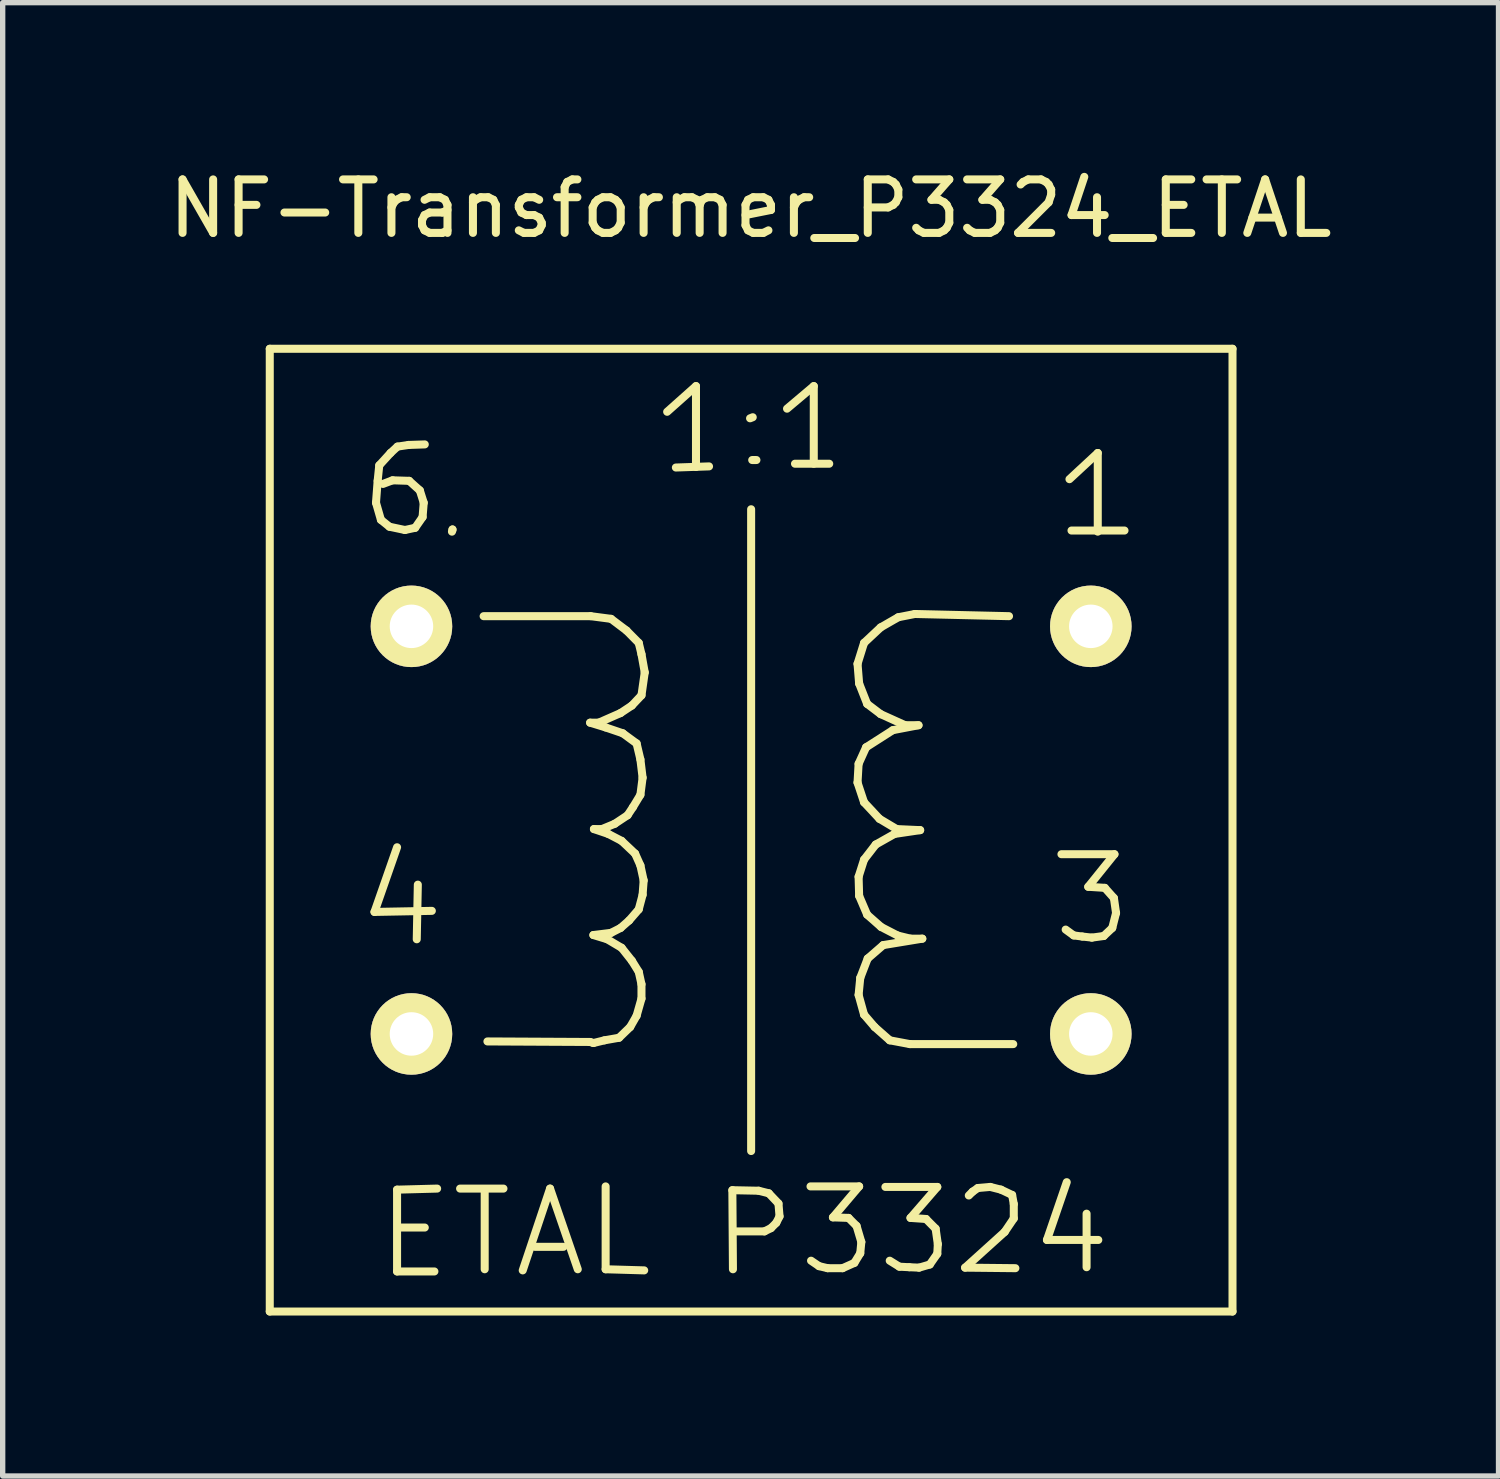
<source format=kicad_pcb>
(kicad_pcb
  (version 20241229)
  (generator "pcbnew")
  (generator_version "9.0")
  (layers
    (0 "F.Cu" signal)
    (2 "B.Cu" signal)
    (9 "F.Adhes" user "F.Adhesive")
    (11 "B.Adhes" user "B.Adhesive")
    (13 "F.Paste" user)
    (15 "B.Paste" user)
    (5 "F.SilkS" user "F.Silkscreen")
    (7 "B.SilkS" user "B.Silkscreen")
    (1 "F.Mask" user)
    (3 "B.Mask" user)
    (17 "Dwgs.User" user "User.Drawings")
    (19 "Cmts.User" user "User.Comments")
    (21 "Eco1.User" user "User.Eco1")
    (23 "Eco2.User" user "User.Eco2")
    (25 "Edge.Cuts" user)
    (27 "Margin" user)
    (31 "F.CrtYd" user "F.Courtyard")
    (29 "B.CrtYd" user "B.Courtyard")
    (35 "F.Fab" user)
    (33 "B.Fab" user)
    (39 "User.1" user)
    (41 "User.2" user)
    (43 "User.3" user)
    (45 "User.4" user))
  (footprint "NF-Transformer_P3324_ETAL"
    (layer "F.Cu")
    (at 10.992 12.469)
    (property "Reference" "NF-Transformer_P3324_ETAL" (at -0.01 -11.62 0) (layer "F.SilkS") (effects (font (size 1 1) (thickness 0.15))))
    (attr through_hole)
    (fp_line (start -8.999 -8.999) (end -8.999 8.999) (stroke (width 0.15) (type solid)) (layer "F.SilkS"))
    (fp_line (start -8.999 8.999) (end 8.999 8.999) (stroke (width 0.15) (type solid)) (layer "F.SilkS"))
    (fp_line (start -7.041 1.529) (end -5.969 1.509) (stroke (width 0.15) (type solid)) (layer "F.SilkS"))
    (fp_line (start -7.013 -6.121) (end -6.921 -5.801) (stroke (width 0.15) (type solid)) (layer "F.SilkS"))
    (fp_line (start -6.982 -6.53) (end -7.013 -6.121) (stroke (width 0.15) (type solid)) (layer "F.SilkS"))
    (fp_line (start -6.952 -6.82) (end -6.982 -6.53) (stroke (width 0.15) (type solid)) (layer "F.SilkS"))
    (fp_line (start -6.921 -5.801) (end -6.761 -5.672) (stroke (width 0.15) (type solid)) (layer "F.SilkS"))
    (fp_line (start -6.761 -5.672) (end -6.472 -5.611) (stroke (width 0.15) (type solid)) (layer "F.SilkS"))
    (fp_line (start -6.741 -7.051) (end -6.952 -6.82) (stroke (width 0.15) (type solid)) (layer "F.SilkS"))
    (fp_line (start -6.703 -6.54) (end -6.883 -6.472) (stroke (width 0.15) (type solid)) (layer "F.SilkS"))
    (fp_line (start -6.619 0.32) (end -7.041 1.529) (stroke (width 0.15) (type solid)) (layer "F.SilkS"))
    (fp_line (start -6.619 6.721) (end -6.619 8.25) (stroke (width 0.15) (type solid)) (layer "F.SilkS"))
    (fp_line (start -6.619 8.25) (end -5.921 8.25) (stroke (width 0.15) (type solid)) (layer "F.SilkS"))
    (fp_line (start -6.612 -7.17) (end -6.741 -7.051) (stroke (width 0.15) (type solid)) (layer "F.SilkS"))
    (fp_line (start -6.551 7.429) (end -6.101 7.429) (stroke (width 0.15) (type solid)) (layer "F.SilkS"))
    (fp_line (start -6.472 -5.611) (end -6.281 -5.652) (stroke (width 0.15) (type solid)) (layer "F.SilkS"))
    (fp_line (start -6.403 -7.201) (end -6.612 -7.17) (stroke (width 0.15) (type solid)) (layer "F.SilkS"))
    (fp_line (start -6.393 -6.53) (end -6.703 -6.54) (stroke (width 0.15) (type solid)) (layer "F.SilkS"))
    (fp_line (start -6.281 -5.652) (end -6.142 -5.852) (stroke (width 0.15) (type solid)) (layer "F.SilkS"))
    (fp_line (start -6.231 1.019) (end -6.251 2.04) (stroke (width 0.15) (type solid)) (layer "F.SilkS"))
    (fp_line (start -6.193 -6.35) (end -6.393 -6.53) (stroke (width 0.15) (type solid)) (layer "F.SilkS"))
    (fp_line (start -6.142 -5.852) (end -6.121 -6.121) (stroke (width 0.15) (type solid)) (layer "F.SilkS"))
    (fp_line (start -6.121 -6.121) (end -6.193 -6.35) (stroke (width 0.15) (type solid)) (layer "F.SilkS"))
    (fp_line (start -6.101 -7.211) (end -6.403 -7.201) (stroke (width 0.15) (type solid)) (layer "F.SilkS"))
    (fp_line (start -5.87 6.701) (end -6.619 6.721) (stroke (width 0.15) (type solid)) (layer "F.SilkS"))
    (fp_line (start -5.593 -5.58) (end -5.583 -5.621) (stroke (width 0.15) (type solid)) (layer "F.SilkS"))
    (fp_line (start -5.583 -5.621) (end -5.583 -5.611) (stroke (width 0.15) (type solid)) (layer "F.SilkS"))
    (fp_line (start -5.441 6.701) (end -4.63 6.701) (stroke (width 0.15) (type solid)) (layer "F.SilkS"))
    (fp_line (start -5.001 -4) (end -3 -4) (stroke (width 0.15) (type solid)) (layer "F.SilkS"))
    (fp_line (start -4.981 8.209) (end -4.981 6.741) (stroke (width 0.15) (type solid)) (layer "F.SilkS"))
    (fp_line (start -4.27 8.23) (end -3.759 6.701) (stroke (width 0.15) (type solid)) (layer "F.SilkS"))
    (fp_line (start -4.041 7.79) (end -3.51 7.79) (stroke (width 0.15) (type solid)) (layer "F.SilkS"))
    (fp_line (start -3.759 6.701) (end -3.241 8.209) (stroke (width 0.15) (type solid)) (layer "F.SilkS"))
    (fp_line (start -3.01 -2.009) (end -2.72 -1.92) (stroke (width 0.15) (type solid)) (layer "F.SilkS"))
    (fp_line (start -3.01 3.96) (end -4.93 3.95) (stroke (width 0.15) (type solid)) (layer "F.SilkS"))
    (fp_line (start -3 -4) (end -2.619 -3.95) (stroke (width 0.15) (type solid)) (layer "F.SilkS"))
    (fp_line (start -2.949 1.961) (end -2.69 2.04) (stroke (width 0.15) (type solid)) (layer "F.SilkS"))
    (fp_line (start -2.949 3.98) (end -3.01 3.96) (stroke (width 0.15) (type solid)) (layer "F.SilkS"))
    (fp_line (start -2.939 -0.02) (end -2.67 0.071) (stroke (width 0.15) (type solid)) (layer "F.SilkS"))
    (fp_line (start -2.85 -2.009) (end -3.01 -2.009) (stroke (width 0.15) (type solid)) (layer "F.SilkS"))
    (fp_line (start -2.789 -0.02) (end -2.939 -0.02) (stroke (width 0.15) (type solid)) (layer "F.SilkS"))
    (fp_line (start -2.741 3.929) (end -2.949 3.98) (stroke (width 0.15) (type solid)) (layer "F.SilkS"))
    (fp_line (start -2.72 -1.92) (end -2.4 -1.811) (stroke (width 0.15) (type solid)) (layer "F.SilkS"))
    (fp_line (start -2.72 6.66) (end -2.72 8.209) (stroke (width 0.15) (type solid)) (layer "F.SilkS"))
    (fp_line (start -2.72 8.209) (end -1.999 8.23) (stroke (width 0.15) (type solid)) (layer "F.SilkS"))
    (fp_line (start -2.69 2.04) (end -2.421 2.2) (stroke (width 0.15) (type solid)) (layer "F.SilkS"))
    (fp_line (start -2.67 0.071) (end -2.421 0.201) (stroke (width 0.15) (type solid)) (layer "F.SilkS"))
    (fp_line (start -2.619 -3.95) (end -2.329 -3.731) (stroke (width 0.15) (type solid)) (layer "F.SilkS"))
    (fp_line (start -2.619 1.92) (end -2.949 1.961) (stroke (width 0.15) (type solid)) (layer "F.SilkS"))
    (fp_line (start -2.55 -0.119) (end -2.789 -0.02) (stroke (width 0.15) (type solid)) (layer "F.SilkS"))
    (fp_line (start -2.469 3.881) (end -2.741 3.929) (stroke (width 0.15) (type solid)) (layer "F.SilkS"))
    (fp_line (start -2.441 -2.189) (end -2.85 -2.009) (stroke (width 0.15) (type solid)) (layer "F.SilkS"))
    (fp_line (start -2.441 1.829) (end -2.619 1.92) (stroke (width 0.15) (type solid)) (layer "F.SilkS"))
    (fp_line (start -2.421 0.201) (end -2.169 0.439) (stroke (width 0.15) (type solid)) (layer "F.SilkS"))
    (fp_line (start -2.421 2.2) (end -2.23 2.441) (stroke (width 0.15) (type solid)) (layer "F.SilkS"))
    (fp_line (start -2.4 -1.811) (end -2.141 -1.621) (stroke (width 0.15) (type solid)) (layer "F.SilkS"))
    (fp_line (start -2.329 -3.731) (end -2.101 -3.5) (stroke (width 0.15) (type solid)) (layer "F.SilkS"))
    (fp_line (start -2.309 -0.279) (end -2.55 -0.119) (stroke (width 0.15) (type solid)) (layer "F.SilkS"))
    (fp_line (start -2.281 1.689) (end -2.441 1.829) (stroke (width 0.15) (type solid)) (layer "F.SilkS"))
    (fp_line (start -2.261 3.68) (end -2.469 3.881) (stroke (width 0.15) (type solid)) (layer "F.SilkS"))
    (fp_line (start -2.23 -2.329) (end -2.441 -2.189) (stroke (width 0.15) (type solid)) (layer "F.SilkS"))
    (fp_line (start -2.23 2.441) (end -2.101 2.649) (stroke (width 0.15) (type solid)) (layer "F.SilkS"))
    (fp_line (start -2.21 -0.429) (end -2.309 -0.279) (stroke (width 0.15) (type solid)) (layer "F.SilkS"))
    (fp_line (start -2.169 0.439) (end -2.07 0.66) (stroke (width 0.15) (type solid)) (layer "F.SilkS"))
    (fp_line (start -2.141 -1.621) (end -2.07 -1.321) (stroke (width 0.15) (type solid)) (layer "F.SilkS"))
    (fp_line (start -2.141 3.47) (end -2.261 3.68) (stroke (width 0.15) (type solid)) (layer "F.SilkS"))
    (fp_line (start -2.101 -3.5) (end -2.05 -3.289) (stroke (width 0.15) (type solid)) (layer "F.SilkS"))
    (fp_line (start -2.101 1.481) (end -2.281 1.689) (stroke (width 0.15) (type solid)) (layer "F.SilkS"))
    (fp_line (start -2.101 2.649) (end -2.05 2.88) (stroke (width 0.15) (type solid)) (layer "F.SilkS"))
    (fp_line (start -2.07 -1.321) (end -2.029 -0.98) (stroke (width 0.15) (type solid)) (layer "F.SilkS"))
    (fp_line (start -2.07 -0.66) (end -2.21 -0.429) (stroke (width 0.15) (type solid)) (layer "F.SilkS"))
    (fp_line (start -2.07 0.66) (end -2.009 0.94) (stroke (width 0.15) (type solid)) (layer "F.SilkS"))
    (fp_line (start -2.05 -3.289) (end -1.989 -2.949) (stroke (width 0.15) (type solid)) (layer "F.SilkS"))
    (fp_line (start -2.05 -2.52) (end -2.23 -2.329) (stroke (width 0.15) (type solid)) (layer "F.SilkS"))
    (fp_line (start -2.05 2.88) (end -2.05 3.15) (stroke (width 0.15) (type solid)) (layer "F.SilkS"))
    (fp_line (start -2.05 3.15) (end -2.141 3.47) (stroke (width 0.15) (type solid)) (layer "F.SilkS"))
    (fp_line (start -2.029 -0.98) (end -2.07 -0.66) (stroke (width 0.15) (type solid)) (layer "F.SilkS"))
    (fp_line (start -2.029 1.209) (end -2.101 1.481) (stroke (width 0.15) (type solid)) (layer "F.SilkS"))
    (fp_line (start -2.009 0.94) (end -2.029 1.209) (stroke (width 0.15) (type solid)) (layer "F.SilkS"))
    (fp_line (start -1.989 -2.949) (end -2.05 -2.52) (stroke (width 0.15) (type solid)) (layer "F.SilkS"))
    (fp_line (start -1.57 -7.821) (end -1.031 -8.301) (stroke (width 0.15) (type solid)) (layer "F.SilkS"))
    (fp_line (start -1.407 -6.779) (end -0.787 -6.8) (stroke (width 0.15) (type solid)) (layer "F.SilkS"))
    (fp_line (start -1.031 -8.301) (end -1.031 -6.789) (stroke (width 0.15) (type solid)) (layer "F.SilkS"))
    (fp_line (start -0.351 6.731) (end 0.14 6.741) (stroke (width 0.15) (type solid)) (layer "F.SilkS"))
    (fp_line (start -0.34 8.209) (end -0.351 6.731) (stroke (width 0.15) (type solid)) (layer "F.SilkS"))
    (fp_line (start 0 -5.999) (end 0 5.999) (stroke (width 0.15) (type solid)) (layer "F.SilkS"))
    (fp_line (start 0.03 -7.719) (end -0.02 -7.699) (stroke (width 0.15) (type solid)) (layer "F.SilkS"))
    (fp_line (start 0.099 -6.919) (end 0.02 -6.919) (stroke (width 0.15) (type solid)) (layer "F.SilkS"))
    (fp_line (start 0.14 6.741) (end 0.33 6.789) (stroke (width 0.15) (type solid)) (layer "F.SilkS"))
    (fp_line (start 0.249 7.501) (end -0.269 7.501) (stroke (width 0.15) (type solid)) (layer "F.SilkS"))
    (fp_line (start 0.33 6.789) (end 0.511 6.98) (stroke (width 0.15) (type solid)) (layer "F.SilkS"))
    (fp_line (start 0.371 7.44) (end 0.249 7.501) (stroke (width 0.15) (type solid)) (layer "F.SilkS"))
    (fp_line (start 0.47 7.341) (end 0.371 7.44) (stroke (width 0.15) (type solid)) (layer "F.SilkS"))
    (fp_line (start 0.511 6.98) (end 0.531 7.221) (stroke (width 0.15) (type solid)) (layer "F.SilkS"))
    (fp_line (start 0.531 7.221) (end 0.47 7.341) (stroke (width 0.15) (type solid)) (layer "F.SilkS"))
    (fp_line (start 0.671 -7.879) (end 1.171 -8.301) (stroke (width 0.15) (type solid)) (layer "F.SilkS"))
    (fp_line (start 0.82 -6.85) (end 1.46 -6.85) (stroke (width 0.15) (type solid)) (layer "F.SilkS"))
    (fp_line (start 1.11 6.66) (end 2.019 6.66) (stroke (width 0.15) (type solid)) (layer "F.SilkS"))
    (fp_line (start 1.171 -8.301) (end 1.171 -6.85) (stroke (width 0.15) (type solid)) (layer "F.SilkS"))
    (fp_line (start 1.27 8.151) (end 1.12 8.049) (stroke (width 0.15) (type solid)) (layer "F.SilkS"))
    (fp_line (start 1.43 8.189) (end 1.27 8.151) (stroke (width 0.15) (type solid)) (layer "F.SilkS"))
    (fp_line (start 1.529 7.239) (end 1.821 7.249) (stroke (width 0.15) (type solid)) (layer "F.SilkS"))
    (fp_line (start 1.709 8.189) (end 1.43 8.189) (stroke (width 0.15) (type solid)) (layer "F.SilkS"))
    (fp_line (start 1.821 7.249) (end 1.971 7.399) (stroke (width 0.15) (type solid)) (layer "F.SilkS"))
    (fp_line (start 1.93 8.09) (end 1.709 8.189) (stroke (width 0.15) (type solid)) (layer "F.SilkS"))
    (fp_line (start 1.971 7.399) (end 2.06 7.699) (stroke (width 0.15) (type solid)) (layer "F.SilkS"))
    (fp_line (start 1.989 -3.109) (end 2.019 -2.741) (stroke (width 0.15) (type solid)) (layer "F.SilkS"))
    (fp_line (start 1.989 -0.889) (end 2.111 -0.521) (stroke (width 0.15) (type solid)) (layer "F.SilkS"))
    (fp_line (start 2.009 -1.24) (end 1.989 -0.889) (stroke (width 0.15) (type solid)) (layer "F.SilkS"))
    (fp_line (start 2.009 0.871) (end 2.019 1.229) (stroke (width 0.15) (type solid)) (layer "F.SilkS"))
    (fp_line (start 2.009 3.081) (end 2.111 3.449) (stroke (width 0.15) (type solid)) (layer "F.SilkS"))
    (fp_line (start 2.019 -2.741) (end 2.169 -2.36) (stroke (width 0.15) (type solid)) (layer "F.SilkS"))
    (fp_line (start 2.019 1.229) (end 2.169 1.58) (stroke (width 0.15) (type solid)) (layer "F.SilkS"))
    (fp_line (start 2.019 6.66) (end 1.529 7.239) (stroke (width 0.15) (type solid)) (layer "F.SilkS"))
    (fp_line (start 2.04 2.761) (end 2.009 3.081) (stroke (width 0.15) (type solid)) (layer "F.SilkS"))
    (fp_line (start 2.04 7.91) (end 1.93 8.09) (stroke (width 0.15) (type solid)) (layer "F.SilkS"))
    (fp_line (start 2.06 7.699) (end 2.04 7.91) (stroke (width 0.15) (type solid)) (layer "F.SilkS"))
    (fp_line (start 2.111 -3.5) (end 1.989 -3.109) (stroke (width 0.15) (type solid)) (layer "F.SilkS"))
    (fp_line (start 2.111 -0.521) (end 2.4 -0.211) (stroke (width 0.15) (type solid)) (layer "F.SilkS"))
    (fp_line (start 2.111 0.551) (end 2.009 0.871) (stroke (width 0.15) (type solid)) (layer "F.SilkS"))
    (fp_line (start 2.111 3.449) (end 2.309 3.68) (stroke (width 0.15) (type solid)) (layer "F.SilkS"))
    (fp_line (start 2.149 -1.549) (end 2.009 -1.24) (stroke (width 0.15) (type solid)) (layer "F.SilkS"))
    (fp_line (start 2.169 -2.36) (end 2.421 -2.169) (stroke (width 0.15) (type solid)) (layer "F.SilkS"))
    (fp_line (start 2.169 1.58) (end 2.431 1.811) (stroke (width 0.15) (type solid)) (layer "F.SilkS"))
    (fp_line (start 2.179 2.4) (end 2.04 2.761) (stroke (width 0.15) (type solid)) (layer "F.SilkS"))
    (fp_line (start 2.309 3.68) (end 2.591 3.929) (stroke (width 0.15) (type solid)) (layer "F.SilkS"))
    (fp_line (start 2.329 0.269) (end 2.111 0.551) (stroke (width 0.15) (type solid)) (layer "F.SilkS"))
    (fp_line (start 2.4 -0.211) (end 2.72 -0.02) (stroke (width 0.15) (type solid)) (layer "F.SilkS"))
    (fp_line (start 2.421 -3.79) (end 2.111 -3.5) (stroke (width 0.15) (type solid)) (layer "F.SilkS"))
    (fp_line (start 2.421 -2.169) (end 2.88 -1.961) (stroke (width 0.15) (type solid)) (layer "F.SilkS"))
    (fp_line (start 2.431 1.811) (end 2.741 1.971) (stroke (width 0.15) (type solid)) (layer "F.SilkS"))
    (fp_line (start 2.469 2.149) (end 2.179 2.4) (stroke (width 0.15) (type solid)) (layer "F.SilkS"))
    (fp_line (start 2.51 6.67) (end 3.48 6.67) (stroke (width 0.15) (type solid)) (layer "F.SilkS"))
    (fp_line (start 2.591 3.929) (end 2.969 4) (stroke (width 0.15) (type solid)) (layer "F.SilkS"))
    (fp_line (start 2.649 -1.869) (end 2.149 -1.549) (stroke (width 0.15) (type solid)) (layer "F.SilkS"))
    (fp_line (start 2.68 0.071) (end 2.329 0.269) (stroke (width 0.15) (type solid)) (layer "F.SilkS"))
    (fp_line (start 2.72 -0.02) (end 3.16 0) (stroke (width 0.15) (type solid)) (layer "F.SilkS"))
    (fp_line (start 2.741 1.971) (end 2.979 2.029) (stroke (width 0.15) (type solid)) (layer "F.SilkS"))
    (fp_line (start 2.751 -3.98) (end 2.421 -3.79) (stroke (width 0.15) (type solid)) (layer "F.SilkS"))
    (fp_line (start 2.771 8.161) (end 2.591 8.049) (stroke (width 0.15) (type solid)) (layer "F.SilkS"))
    (fp_line (start 2.88 -1.961) (end 3.129 -1.961) (stroke (width 0.15) (type solid)) (layer "F.SilkS"))
    (fp_line (start 2.959 8.171) (end 2.771 8.161) (stroke (width 0.15) (type solid)) (layer "F.SilkS"))
    (fp_line (start 2.969 4) (end 4.9 4) (stroke (width 0.15) (type solid)) (layer "F.SilkS"))
    (fp_line (start 2.979 2.029) (end 3.2 2.029) (stroke (width 0.15) (type solid)) (layer "F.SilkS"))
    (fp_line (start 2.979 7.249) (end 3.269 7.269) (stroke (width 0.15) (type solid)) (layer "F.SilkS"))
    (fp_line (start 3.061 -4.041) (end 2.751 -3.98) (stroke (width 0.15) (type solid)) (layer "F.SilkS"))
    (fp_line (start 3.129 -1.961) (end 2.649 -1.869) (stroke (width 0.15) (type solid)) (layer "F.SilkS"))
    (fp_line (start 3.139 8.179) (end 2.959 8.171) (stroke (width 0.15) (type solid)) (layer "F.SilkS"))
    (fp_line (start 3.16 0) (end 2.68 0.071) (stroke (width 0.15) (type solid)) (layer "F.SilkS"))
    (fp_line (start 3.2 2.029) (end 2.469 2.149) (stroke (width 0.15) (type solid)) (layer "F.SilkS"))
    (fp_line (start 3.269 7.269) (end 3.449 7.45) (stroke (width 0.15) (type solid)) (layer "F.SilkS"))
    (fp_line (start 3.34 8.12) (end 3.139 8.179) (stroke (width 0.15) (type solid)) (layer "F.SilkS"))
    (fp_line (start 3.449 7.45) (end 3.49 7.739) (stroke (width 0.15) (type solid)) (layer "F.SilkS"))
    (fp_line (start 3.48 6.67) (end 2.979 7.249) (stroke (width 0.15) (type solid)) (layer "F.SilkS"))
    (fp_line (start 3.48 7.92) (end 3.34 8.12) (stroke (width 0.15) (type solid)) (layer "F.SilkS"))
    (fp_line (start 3.49 7.739) (end 3.48 7.92) (stroke (width 0.15) (type solid)) (layer "F.SilkS"))
    (fp_line (start 4 8.179) (end 4.94 8.189) (stroke (width 0.15) (type solid)) (layer "F.SilkS"))
    (fp_line (start 4.069 6.83) (end 4.14 6.759) (stroke (width 0.15) (type solid)) (layer "F.SilkS"))
    (fp_line (start 4.14 6.759) (end 4.239 6.69) (stroke (width 0.15) (type solid)) (layer "F.SilkS"))
    (fp_line (start 4.239 6.69) (end 4.47 6.67) (stroke (width 0.15) (type solid)) (layer "F.SilkS"))
    (fp_line (start 4.47 6.67) (end 4.671 6.721) (stroke (width 0.15) (type solid)) (layer "F.SilkS"))
    (fp_line (start 4.671 6.721) (end 4.879 6.82) (stroke (width 0.15) (type solid)) (layer "F.SilkS"))
    (fp_line (start 4.74 7.511) (end 4 8.179) (stroke (width 0.15) (type solid)) (layer "F.SilkS"))
    (fp_line (start 4.821 -4) (end 3.061 -4.041) (stroke (width 0.15) (type solid)) (layer "F.SilkS"))
    (fp_line (start 4.879 6.82) (end 4.91 6.99) (stroke (width 0.15) (type solid)) (layer "F.SilkS"))
    (fp_line (start 4.91 6.99) (end 4.91 7.259) (stroke (width 0.15) (type solid)) (layer "F.SilkS"))
    (fp_line (start 4.91 7.259) (end 4.74 7.511) (stroke (width 0.15) (type solid)) (layer "F.SilkS"))
    (fp_line (start 5.53 7.661) (end 6.49 7.661) (stroke (width 0.15) (type solid)) (layer "F.SilkS"))
    (fp_line (start 5.801 0.45) (end 6.792 0.45) (stroke (width 0.15) (type solid)) (layer "F.SilkS"))
    (fp_line (start 5.9 6.581) (end 5.53 7.661) (stroke (width 0.15) (type solid)) (layer "F.SilkS"))
    (fp_line (start 5.951 -6.561) (end 6.48 -7.051) (stroke (width 0.15) (type solid)) (layer "F.SilkS"))
    (fp_line (start 5.989 -5.601) (end 6.98 -5.601) (stroke (width 0.15) (type solid)) (layer "F.SilkS"))
    (fp_line (start 6.03 1.968) (end 5.88 1.859) (stroke (width 0.15) (type solid)) (layer "F.SilkS"))
    (fp_line (start 6.19 1.989) (end 6.03 1.968) (stroke (width 0.15) (type solid)) (layer "F.SilkS"))
    (fp_line (start 6.271 7.17) (end 6.271 8.171) (stroke (width 0.15) (type solid)) (layer "F.SilkS"))
    (fp_line (start 6.302 1.059) (end 6.612 1.079) (stroke (width 0.15) (type solid)) (layer "F.SilkS"))
    (fp_line (start 6.37 2.009) (end 6.19 1.989) (stroke (width 0.15) (type solid)) (layer "F.SilkS"))
    (fp_line (start 6.48 -7.051) (end 6.48 -5.58) (stroke (width 0.15) (type solid)) (layer "F.SilkS"))
    (fp_line (start 6.591 1.979) (end 6.37 2.009) (stroke (width 0.15) (type solid)) (layer "F.SilkS"))
    (fp_line (start 6.612 1.079) (end 6.782 1.27) (stroke (width 0.15) (type solid)) (layer "F.SilkS"))
    (fp_line (start 6.751 1.829) (end 6.591 1.979) (stroke (width 0.15) (type solid)) (layer "F.SilkS"))
    (fp_line (start 6.782 1.27) (end 6.822 1.549) (stroke (width 0.15) (type solid)) (layer "F.SilkS"))
    (fp_line (start 6.792 0.45) (end 6.302 1.059) (stroke (width 0.15) (type solid)) (layer "F.SilkS"))
    (fp_line (start 6.822 1.549) (end 6.751 1.829) (stroke (width 0.15) (type solid)) (layer "F.SilkS"))
    (fp_line (start 8.999 -8.999) (end -8.999 -8.999) (stroke (width 0.15) (type solid)) (layer "F.SilkS"))
    (fp_line (start 8.999 8.999) (end 8.999 -8.999) (stroke (width 0.15) (type solid)) (layer "F.SilkS"))
    (pad "1" thru_hole circle (at 6.35 -3.81) (size 1.524 1.524) (drill 0.813) (layers "*.Cu" "*.Mask" "F.SilkS"))
    (pad "3" thru_hole circle (at 6.35 3.81) (size 1.524 1.524) (drill 0.813) (layers "*.Cu" "*.Mask" "F.SilkS"))
    (pad "4" thru_hole circle (at -6.35 3.81) (size 1.524 1.524) (drill 0.813) (layers "*.Cu" "*.Mask" "F.SilkS"))
    (pad "6" thru_hole circle (at -6.35 -3.81) (size 1.524 1.524) (drill 0.813) (layers "*.Cu" "*.Mask" "F.SilkS")))
  (gr_rect
    (start -3 -3)
    (end 24.964 24.543)
    (stroke (width 0.1) (type default))
    (fill no)
    (layer "Edge.Cuts")))
</source>
